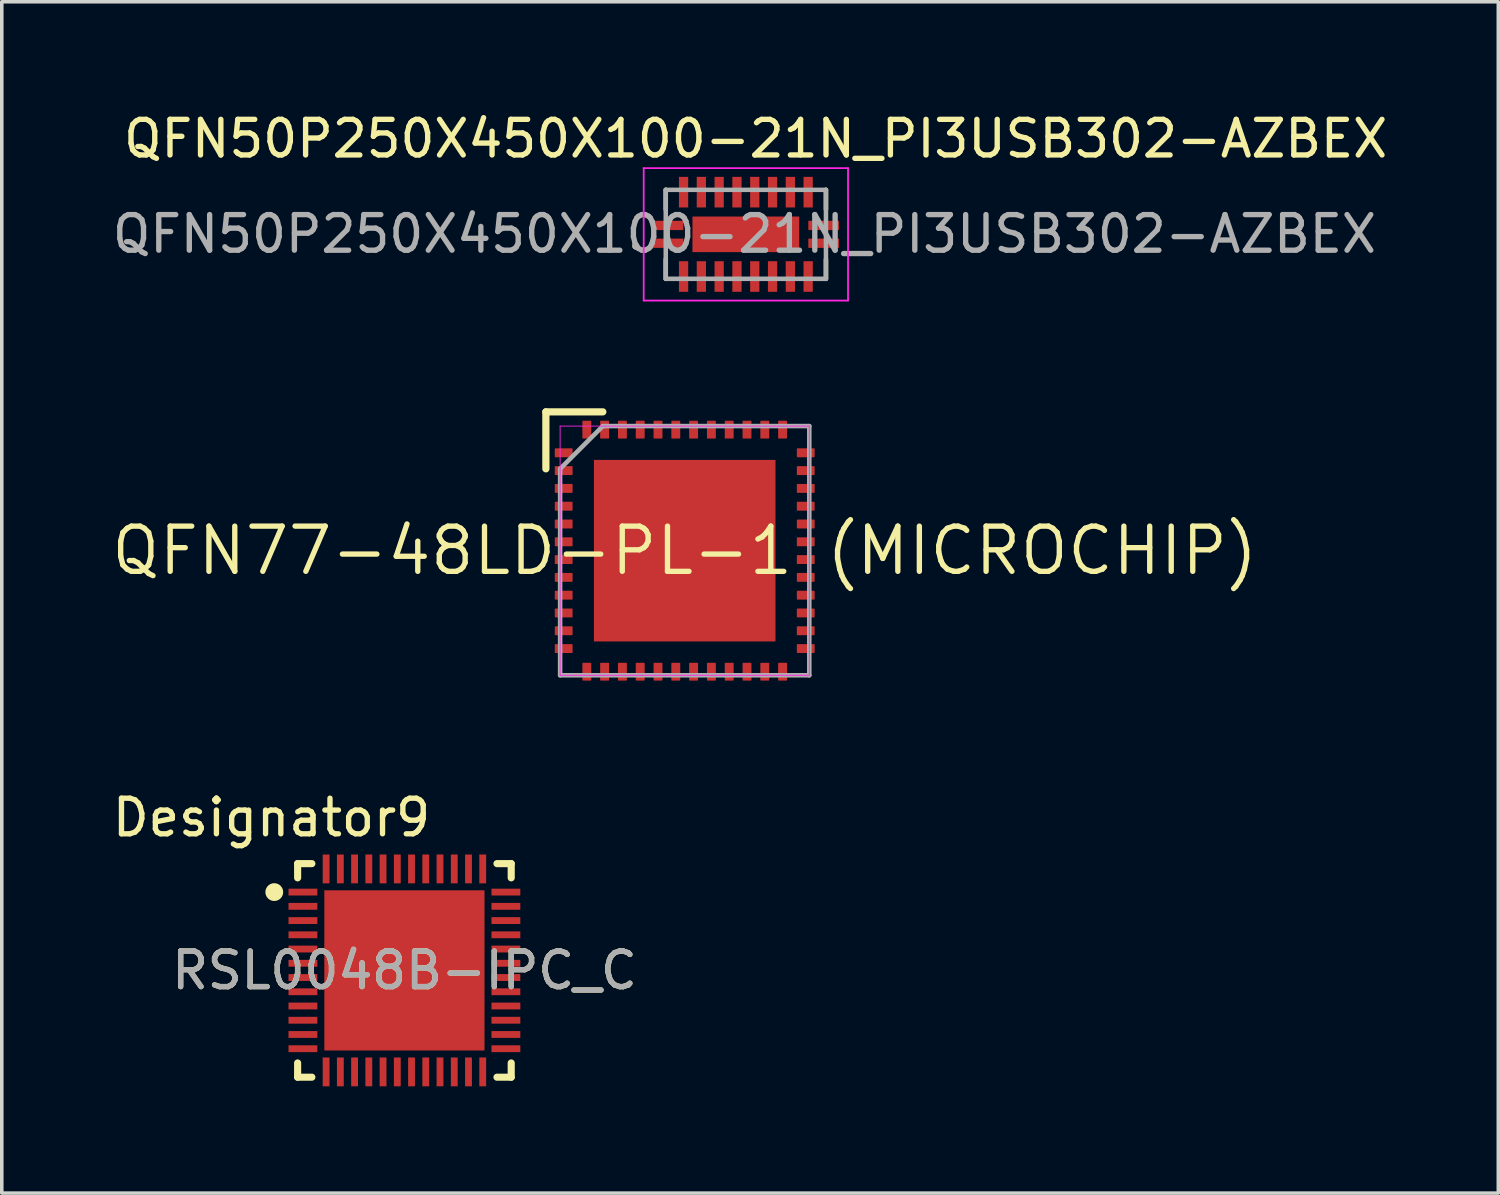
<source format=kicad_pcb>
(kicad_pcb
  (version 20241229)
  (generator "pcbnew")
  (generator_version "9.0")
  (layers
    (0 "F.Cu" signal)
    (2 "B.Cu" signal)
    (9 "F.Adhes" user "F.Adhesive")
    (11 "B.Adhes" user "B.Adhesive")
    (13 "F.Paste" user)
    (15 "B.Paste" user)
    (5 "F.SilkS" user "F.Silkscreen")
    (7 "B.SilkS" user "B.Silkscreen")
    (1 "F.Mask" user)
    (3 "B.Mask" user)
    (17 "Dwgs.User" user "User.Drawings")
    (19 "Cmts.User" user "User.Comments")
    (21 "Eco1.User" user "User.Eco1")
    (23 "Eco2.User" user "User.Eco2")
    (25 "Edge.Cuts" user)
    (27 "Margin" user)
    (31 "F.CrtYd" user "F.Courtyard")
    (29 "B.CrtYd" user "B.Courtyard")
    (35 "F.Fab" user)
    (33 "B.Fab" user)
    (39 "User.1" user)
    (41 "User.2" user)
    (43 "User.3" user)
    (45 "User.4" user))
  (footprint "RSL0048B-IPC_C"
    (layer "F.Cu")
    (at 8.311 24.211)
    (property "Reference" "RSL0048B-IPC_C" (at 0 0 0) (unlocked yes) (layer "F.SilkS") (effects (font (size 1 1) (thickness 0.15))))
    (attr smd)
    (fp_line (start -3 -3) (end -2.6 -3) (stroke (width 0.2) (type solid)) (layer "F.SilkS"))
    (fp_line (start -3 -2.6) (end -3 -3) (stroke (width 0.2) (type solid)) (layer "F.SilkS"))
    (fp_line (start -3 3) (end -3 2.6) (stroke (width 0.2) (type solid)) (layer "F.SilkS"))
    (fp_line (start -3 3) (end -2.6 3) (stroke (width 0.2) (type solid)) (layer "F.SilkS"))
    (fp_line (start 2.6 -3) (end 3 -3) (stroke (width 0.2) (type solid)) (layer "F.SilkS"))
    (fp_line (start 2.6 3) (end 3 3) (stroke (width 0.2) (type solid)) (layer "F.SilkS"))
    (fp_line (start 3 -2.6) (end 3 -3) (stroke (width 0.2) (type solid)) (layer "F.SilkS"))
    (fp_line (start 3 3) (end 3 2.6) (stroke (width 0.2) (type solid)) (layer "F.SilkS"))
    (fp_circle (center -3.656 -2.2) (end -3.531 -2.2) (stroke (width 0.25) (type solid)) (fill no) (layer "F.SilkS"))
    (fp_poly (pts (xy -1.699 -0.276) (xy -0.276 -0.276) (xy -0.276 -1.699) (xy -1.699 -1.699)) (stroke (width 0) (type solid)) (fill yes) (layer "F.Paste"))
    (fp_poly (pts (xy -1.699 1.699) (xy -0.276 1.699) (xy -0.276 0.276) (xy -1.699 0.276)) (stroke (width 0) (type solid)) (fill yes) (layer "F.Paste"))
    (fp_poly (pts (xy 0.276 -0.276) (xy 1.699 -0.276) (xy 1.699 -1.699) (xy 0.276 -1.699)) (stroke (width 0) (type solid)) (fill yes) (layer "F.Paste"))
    (fp_poly (pts (xy 0.276 1.699) (xy 1.699 1.699) (xy 1.699 0.276) (xy 0.276 0.276)) (stroke (width 0) (type solid)) (fill yes) (layer "F.Paste"))
    (fp_text user "Designator9" (at -3.734 -4.293 0) (unlocked yes) (layer "F.SilkS") (effects (font (size 1 1) (thickness 0.15))))
    (fp_text user "${REFERENCE}" (at 0 0 0) (unlocked yes) (layer "F.Fab") (effects (font (size 1 1) (thickness 0.15))))
    (pad "1" smd rect (at -2.851 -2.2 90) (size 0.192 0.81) (layers "F.Cu" "F.Mask" "F.Paste"))
    (pad "2" smd rect (at -2.851 -1.8 90) (size 0.192 0.81) (layers "F.Cu" "F.Mask" "F.Paste"))
    (pad "3" smd rect (at -2.851 -1.4 90) (size 0.192 0.81) (layers "F.Cu" "F.Mask" "F.Paste"))
    (pad "4" smd rect (at -2.851 -1 90) (size 0.192 0.81) (layers "F.Cu" "F.Mask" "F.Paste"))
    (pad "5" smd rect (at -2.851 -0.6 90) (size 0.192 0.81) (layers "F.Cu" "F.Mask" "F.Paste"))
    (pad "6" smd rect (at -2.851 -0.2 90) (size 0.192 0.81) (layers "F.Cu" "F.Mask" "F.Paste"))
    (pad "7" smd rect (at -2.851 0.2 90) (size 0.192 0.81) (layers "F.Cu" "F.Mask" "F.Paste"))
    (pad "8" smd rect (at -2.851 0.6 90) (size 0.192 0.81) (layers "F.Cu" "F.Mask" "F.Paste"))
    (pad "9" smd rect (at -2.851 1 90) (size 0.192 0.81) (layers "F.Cu" "F.Mask" "F.Paste"))
    (pad "10" smd rect (at -2.851 1.4 90) (size 0.192 0.81) (layers "F.Cu" "F.Mask" "F.Paste"))
    (pad "11" smd rect (at -2.851 1.8 90) (size 0.192 0.81) (layers "F.Cu" "F.Mask" "F.Paste"))
    (pad "12" smd rect (at -2.851 2.2 90) (size 0.192 0.81) (layers "F.Cu" "F.Mask" "F.Paste"))
    (pad "13" smd rect (at -2.2 2.851) (size 0.192 0.81) (layers "F.Cu" "F.Mask" "F.Paste"))
    (pad "14" smd rect (at -1.8 2.851) (size 0.192 0.81) (layers "F.Cu" "F.Mask" "F.Paste"))
    (pad "15" smd rect (at -1.4 2.851) (size 0.192 0.81) (layers "F.Cu" "F.Mask" "F.Paste"))
    (pad "16" smd rect (at -1 2.851) (size 0.192 0.81) (layers "F.Cu" "F.Mask" "F.Paste"))
    (pad "17" smd rect (at -0.6 2.851) (size 0.192 0.81) (layers "F.Cu" "F.Mask" "F.Paste"))
    (pad "18" smd rect (at -0.2 2.851) (size 0.192 0.81) (layers "F.Cu" "F.Mask" "F.Paste"))
    (pad "19" smd rect (at 0.2 2.851) (size 0.192 0.81) (layers "F.Cu" "F.Mask" "F.Paste"))
    (pad "20" smd rect (at 0.6 2.851) (size 0.192 0.81) (layers "F.Cu" "F.Mask" "F.Paste"))
    (pad "21" smd rect (at 1 2.851) (size 0.192 0.81) (layers "F.Cu" "F.Mask" "F.Paste"))
    (pad "22" smd rect (at 1.4 2.851) (size 0.192 0.81) (layers "F.Cu" "F.Mask" "F.Paste"))
    (pad "23" smd rect (at 1.8 2.851) (size 0.192 0.81) (layers "F.Cu" "F.Mask" "F.Paste"))
    (pad "24" smd rect (at 2.2 2.851) (size 0.192 0.81) (layers "F.Cu" "F.Mask" "F.Paste"))
    (pad "25" smd rect (at 2.851 2.2 90) (size 0.192 0.81) (layers "F.Cu" "F.Mask" "F.Paste"))
    (pad "26" smd rect (at 2.851 1.8 90) (size 0.192 0.81) (layers "F.Cu" "F.Mask" "F.Paste"))
    (pad "27" smd rect (at 2.851 1.4 90) (size 0.192 0.81) (layers "F.Cu" "F.Mask" "F.Paste"))
    (pad "28" smd rect (at 2.851 1 90) (size 0.192 0.81) (layers "F.Cu" "F.Mask" "F.Paste"))
    (pad "29" smd rect (at 2.851 0.6 90) (size 0.192 0.81) (layers "F.Cu" "F.Mask" "F.Paste"))
    (pad "30" smd rect (at 2.851 0.2 90) (size 0.192 0.81) (layers "F.Cu" "F.Mask" "F.Paste"))
    (pad "31" smd rect (at 2.851 -0.2 90) (size 0.192 0.81) (layers "F.Cu" "F.Mask" "F.Paste"))
    (pad "32" smd rect (at 2.851 -0.6 90) (size 0.192 0.81) (layers "F.Cu" "F.Mask" "F.Paste"))
    (pad "33" smd rect (at 2.851 -1 90) (size 0.192 0.81) (layers "F.Cu" "F.Mask" "F.Paste"))
    (pad "34" smd rect (at 2.851 -1.4 90) (size 0.192 0.81) (layers "F.Cu" "F.Mask" "F.Paste"))
    (pad "35" smd rect (at 2.851 -1.8 90) (size 0.192 0.81) (layers "F.Cu" "F.Mask" "F.Paste"))
    (pad "36" smd rect (at 2.851 -2.2 90) (size 0.192 0.81) (layers "F.Cu" "F.Mask" "F.Paste"))
    (pad "37" smd rect (at 2.2 -2.851) (size 0.192 0.81) (layers "F.Cu" "F.Mask" "F.Paste"))
    (pad "38" smd rect (at 1.8 -2.851) (size 0.192 0.81) (layers "F.Cu" "F.Mask" "F.Paste"))
    (pad "39" smd rect (at 1.4 -2.851) (size 0.192 0.81) (layers "F.Cu" "F.Mask" "F.Paste"))
    (pad "40" smd rect (at 1 -2.851) (size 0.192 0.81) (layers "F.Cu" "F.Mask" "F.Paste"))
    (pad "41" smd rect (at 0.6 -2.851) (size 0.192 0.81) (layers "F.Cu" "F.Mask" "F.Paste"))
    (pad "42" smd rect (at 0.2 -2.851) (size 0.192 0.81) (layers "F.Cu" "F.Mask" "F.Paste"))
    (pad "43" smd rect (at -0.2 -2.851) (size 0.192 0.81) (layers "F.Cu" "F.Mask" "F.Paste"))
    (pad "44" smd rect (at -0.6 -2.851) (size 0.192 0.81) (layers "F.Cu" "F.Mask" "F.Paste"))
    (pad "45" smd rect (at -1 -2.851) (size 0.192 0.81) (layers "F.Cu" "F.Mask" "F.Paste"))
    (pad "46" smd rect (at -1.4 -2.851) (size 0.192 0.81) (layers "F.Cu" "F.Mask" "F.Paste"))
    (pad "47" smd rect (at -1.8 -2.851) (size 0.192 0.81) (layers "F.Cu" "F.Mask" "F.Paste"))
    (pad "48" smd rect (at -2.2 -2.851) (size 0.192 0.81) (layers "F.Cu" "F.Mask" "F.Paste"))
    (pad "49" smd rect (at 0 0) (size 4.5 4.5) (layers "F.Cu" "F.Mask")))
  (footprint "QFN77-48LD-PL-1 (MICROCHIP)"
    (layer "F.Cu")
    (at 16.185 12.42)
    (property "Reference" "QFN77-48LD-PL-1 (MICROCHIP)" (at 0 0 0) (layer "F.SilkS") (effects (font (size 1.27 1.27) (thickness 0.15))))
    (fp_line (start -3.9 -3.9) (end -3.9 -2.3) (stroke (width 0.203) (type solid)) (layer "F.SilkS"))
    (fp_line (start -2.3 -3.9) (end -3.9 -3.9) (stroke (width 0.203) (type solid)) (layer "F.SilkS"))
    (fp_poly (pts (xy -0.75 -0.75) (xy -1.75 -0.75) (xy -1.75 -1.75) (xy -0.75 -1.75)) (stroke (width 0.01) (type solid)) (fill yes) (layer "F.Paste"))
    (fp_poly (pts (xy -0.75 0.5) (xy -1.75 0.5) (xy -1.75 -0.5) (xy -0.75 -0.5)) (stroke (width 0.01) (type solid)) (fill yes) (layer "F.Paste"))
    (fp_poly (pts (xy -0.75 1.75) (xy -1.75 1.75) (xy -1.75 0.75) (xy -0.75 0.75)) (stroke (width 0.01) (type solid)) (fill yes) (layer "F.Paste"))
    (fp_poly (pts (xy 0.5 -0.75) (xy -0.5 -0.75) (xy -0.5 -1.75) (xy 0.5 -1.75)) (stroke (width 0.01) (type solid)) (fill yes) (layer "F.Paste"))
    (fp_poly (pts (xy 0.5 0.5) (xy -0.5 0.5) (xy -0.5 -0.5) (xy 0.5 -0.5)) (stroke (width 0.01) (type solid)) (fill yes) (layer "F.Paste"))
    (fp_poly (pts (xy 0.5 1.75) (xy -0.5 1.75) (xy -0.5 0.75) (xy 0.5 0.75)) (stroke (width 0.01) (type solid)) (fill yes) (layer "F.Paste"))
    (fp_poly (pts (xy 1.75 -0.75) (xy 0.75 -0.75) (xy 0.75 -1.75) (xy 1.75 -1.75)) (stroke (width 0.01) (type solid)) (fill yes) (layer "F.Paste"))
    (fp_poly (pts (xy 1.75 0.5) (xy 0.75 0.5) (xy 0.75 -0.5) (xy 1.75 -0.5)) (stroke (width 0.01) (type solid)) (fill yes) (layer "F.Paste"))
    (fp_poly (pts (xy 1.75 1.75) (xy 0.75 1.75) (xy 0.75 0.75) (xy 1.75 0.75)) (stroke (width 0.01) (type solid)) (fill yes) (layer "F.Paste"))
    (fp_line (start -3.5 -3.5) (end -3.5 3.5) (stroke (width 0.025) (type solid)) (layer "F.CrtYd"))
    (fp_line (start -3.5 3.5) (end 3.5 3.5) (stroke (width 0.025) (type solid)) (layer "F.CrtYd"))
    (fp_line (start 3.5 -3.5) (end -3.5 -3.5) (stroke (width 0.025) (type solid)) (layer "F.CrtYd"))
    (fp_line (start 3.5 3.5) (end 3.5 -3.5) (stroke (width 0.025) (type solid)) (layer "F.CrtYd"))
    (fp_line (start -3.5 -2.3) (end -3.5 3.5) (stroke (width 0.127) (type solid)) (layer "F.Fab"))
    (fp_line (start -3.5 3.5) (end 3.5 3.5) (stroke (width 0.127) (type solid)) (layer "F.Fab"))
    (fp_line (start -2.3 -3.5) (end -3.5 -2.3) (stroke (width 0.127) (type solid)) (layer "F.Fab"))
    (fp_line (start 3.5 -3.5) (end -2.3 -3.5) (stroke (width 0.127) (type solid)) (layer "F.Fab"))
    (fp_line (start 3.5 3.5) (end 3.5 -3.5) (stroke (width 0.127) (type solid)) (layer "F.Fab"))
    (pad "1" smd roundrect (at -3.4 -2.75) (size 0.5 0.25) (layers "F.Cu" "F.Mask" "F.Paste") (roundrect_rratio 0.066))
    (pad "2" smd roundrect (at -3.4 -2.25) (size 0.5 0.25) (layers "F.Cu" "F.Mask" "F.Paste") (roundrect_rratio 0.066))
    (pad "3" smd roundrect (at -3.4 -1.75) (size 0.5 0.25) (layers "F.Cu" "F.Mask" "F.Paste") (roundrect_rratio 0.066))
    (pad "4" smd roundrect (at -3.4 -1.25) (size 0.5 0.25) (layers "F.Cu" "F.Mask" "F.Paste") (roundrect_rratio 0.066))
    (pad "5" smd roundrect (at -3.4 -0.75) (size 0.5 0.25) (layers "F.Cu" "F.Mask" "F.Paste") (roundrect_rratio 0.066))
    (pad "6" smd roundrect (at -3.4 -0.25) (size 0.5 0.25) (layers "F.Cu" "F.Mask" "F.Paste") (roundrect_rratio 0.066))
    (pad "7" smd roundrect (at -3.4 0.25) (size 0.5 0.25) (layers "F.Cu" "F.Mask" "F.Paste") (roundrect_rratio 0.066))
    (pad "8" smd roundrect (at -3.4 0.75) (size 0.5 0.25) (layers "F.Cu" "F.Mask" "F.Paste") (roundrect_rratio 0.066))
    (pad "9" smd roundrect (at -3.4 1.25) (size 0.5 0.25) (layers "F.Cu" "F.Mask" "F.Paste") (roundrect_rratio 0.066))
    (pad "10" smd roundrect (at -3.4 1.75) (size 0.5 0.25) (layers "F.Cu" "F.Mask" "F.Paste") (roundrect_rratio 0.066))
    (pad "11" smd roundrect (at -3.4 2.25) (size 0.5 0.25) (layers "F.Cu" "F.Mask" "F.Paste") (roundrect_rratio 0.066))
    (pad "12" smd roundrect (at -3.4 2.75) (size 0.5 0.25) (layers "F.Cu" "F.Mask" "F.Paste") (roundrect_rratio 0.066))
    (pad "13" smd roundrect (at -2.75 3.4 90) (size 0.5 0.25) (layers "F.Cu" "F.Mask" "F.Paste") (roundrect_rratio 0.066))
    (pad "14" smd roundrect (at -2.25 3.4 90) (size 0.5 0.25) (layers "F.Cu" "F.Mask" "F.Paste") (roundrect_rratio 0.066))
    (pad "15" smd roundrect (at -1.75 3.4 90) (size 0.5 0.25) (layers "F.Cu" "F.Mask" "F.Paste") (roundrect_rratio 0.066))
    (pad "16" smd roundrect (at -1.25 3.4 90) (size 0.5 0.25) (layers "F.Cu" "F.Mask" "F.Paste") (roundrect_rratio 0.066))
    (pad "17" smd roundrect (at -0.75 3.4 90) (size 0.5 0.25) (layers "F.Cu" "F.Mask" "F.Paste") (roundrect_rratio 0.066))
    (pad "18" smd roundrect (at -0.25 3.4 90) (size 0.5 0.25) (layers "F.Cu" "F.Mask" "F.Paste") (roundrect_rratio 0.066))
    (pad "19" smd roundrect (at 0.25 3.4 90) (size 0.5 0.25) (layers "F.Cu" "F.Mask" "F.Paste") (roundrect_rratio 0.066))
    (pad "20" smd roundrect (at 0.75 3.4 90) (size 0.5 0.25) (layers "F.Cu" "F.Mask" "F.Paste") (roundrect_rratio 0.066))
    (pad "21" smd roundrect (at 1.25 3.4 90) (size 0.5 0.25) (layers "F.Cu" "F.Mask" "F.Paste") (roundrect_rratio 0.066))
    (pad "22" smd roundrect (at 1.75 3.4 90) (size 0.5 0.25) (layers "F.Cu" "F.Mask" "F.Paste") (roundrect_rratio 0.066))
    (pad "23" smd roundrect (at 2.25 3.4 90) (size 0.5 0.25) (layers "F.Cu" "F.Mask" "F.Paste") (roundrect_rratio 0.066))
    (pad "24" smd roundrect (at 2.75 3.4 90) (size 0.5 0.25) (layers "F.Cu" "F.Mask" "F.Paste") (roundrect_rratio 0.066))
    (pad "25" smd roundrect (at 3.4 2.75) (size 0.5 0.25) (layers "F.Cu" "F.Mask" "F.Paste") (roundrect_rratio 0.066))
    (pad "26" smd roundrect (at 3.4 2.25) (size 0.5 0.25) (layers "F.Cu" "F.Mask" "F.Paste") (roundrect_rratio 0.066))
    (pad "27" smd roundrect (at 3.4 1.75) (size 0.5 0.25) (layers "F.Cu" "F.Mask" "F.Paste") (roundrect_rratio 0.066))
    (pad "28" smd roundrect (at 3.4 1.25) (size 0.5 0.25) (layers "F.Cu" "F.Mask" "F.Paste") (roundrect_rratio 0.066))
    (pad "29" smd roundrect (at 3.4 0.75) (size 0.5 0.25) (layers "F.Cu" "F.Mask" "F.Paste") (roundrect_rratio 0.066))
    (pad "30" smd roundrect (at 3.4 0.25) (size 0.5 0.25) (layers "F.Cu" "F.Mask" "F.Paste") (roundrect_rratio 0.066))
    (pad "31" smd roundrect (at 3.4 -0.25) (size 0.5 0.25) (layers "F.Cu" "F.Mask" "F.Paste") (roundrect_rratio 0.066))
    (pad "32" smd roundrect (at 3.4 -0.75) (size 0.5 0.25) (layers "F.Cu" "F.Mask" "F.Paste") (roundrect_rratio 0.066))
    (pad "33" smd roundrect (at 3.4 -1.25) (size 0.5 0.25) (layers "F.Cu" "F.Mask" "F.Paste") (roundrect_rratio 0.066))
    (pad "34" smd roundrect (at 3.4 -1.75) (size 0.5 0.25) (layers "F.Cu" "F.Mask" "F.Paste") (roundrect_rratio 0.066))
    (pad "35" smd roundrect (at 3.4 -2.25) (size 0.5 0.25) (layers "F.Cu" "F.Mask" "F.Paste") (roundrect_rratio 0.066))
    (pad "36" smd roundrect (at 3.4 -2.75) (size 0.5 0.25) (layers "F.Cu" "F.Mask" "F.Paste") (roundrect_rratio 0.066))
    (pad "37" smd roundrect (at 2.75 -3.4 90) (size 0.5 0.25) (layers "F.Cu" "F.Mask" "F.Paste") (roundrect_rratio 0.066))
    (pad "38" smd roundrect (at 2.25 -3.4 90) (size 0.5 0.25) (layers "F.Cu" "F.Mask" "F.Paste") (roundrect_rratio 0.066))
    (pad "39" smd roundrect (at 1.75 -3.4 90) (size 0.5 0.25) (layers "F.Cu" "F.Mask" "F.Paste") (roundrect_rratio 0.066))
    (pad "40" smd roundrect (at 1.25 -3.4 90) (size 0.5 0.25) (layers "F.Cu" "F.Mask" "F.Paste") (roundrect_rratio 0.066))
    (pad "41" smd roundrect (at 0.75 -3.4 90) (size 0.5 0.25) (layers "F.Cu" "F.Mask" "F.Paste") (roundrect_rratio 0.066))
    (pad "42" smd roundrect (at 0.25 -3.4 90) (size 0.5 0.25) (layers "F.Cu" "F.Mask" "F.Paste") (roundrect_rratio 0.066))
    (pad "43" smd roundrect (at -0.25 -3.4 90) (size 0.5 0.25) (layers "F.Cu" "F.Mask" "F.Paste") (roundrect_rratio 0.066))
    (pad "44" smd roundrect (at -0.75 -3.4 90) (size 0.5 0.25) (layers "F.Cu" "F.Mask" "F.Paste") (roundrect_rratio 0.066))
    (pad "45" smd roundrect (at -1.25 -3.4 90) (size 0.5 0.25) (layers "F.Cu" "F.Mask" "F.Paste") (roundrect_rratio 0.066))
    (pad "46" smd roundrect (at -1.75 -3.4 90) (size 0.5 0.25) (layers "F.Cu" "F.Mask" "F.Paste") (roundrect_rratio 0.066))
    (pad "47" smd roundrect (at -2.25 -3.4 90) (size 0.5 0.25) (layers "F.Cu" "F.Mask" "F.Paste") (roundrect_rratio 0.066))
    (pad "48" smd roundrect (at -2.75 -3.4 90) (size 0.5 0.25) (layers "F.Cu" "F.Mask" "F.Paste") (roundrect_rratio 0.066))
    (pad "49" smd rect (at 0 0) (size 5.1 5.1) (layers "F.Cu" "F.Mask")))
  (footprint "QFN50P250X450X100-21N_PI3USB302-AZBEX"
    (layer "F.Cu")
    (at 17.903 3.533)
    (property "Reference" "QFN50P250X450X100-21N_PI3USB302-AZBEX" (at 0.275 -2.685 0) (layer "F.SilkS") (effects (font (size 1 1) (thickness 0.15))))
    (attr smd)
    (fp_line (start -2.25 -1.25) (end -2.25 -0.7) (stroke (width 0.127) (type solid)) (layer "F.SilkS"))
    (fp_line (start -2.25 1.25) (end -2.25 0.7) (stroke (width 0.127) (type solid)) (layer "F.SilkS"))
    (fp_line (start 2.25 -0.7) (end 2.25 -1.25) (stroke (width 0.127) (type solid)) (layer "F.SilkS"))
    (fp_line (start 2.25 1.25) (end 2.25 0.7) (stroke (width 0.127) (type solid)) (layer "F.SilkS"))
    (fp_circle (center -3.09 0.33) (end -3.04 0.33) (stroke (width 0.1) (type solid)) (fill no) (layer "F.SilkS"))
    (fp_poly (pts (xy -1.36 -0.29) (xy -0.07 -0.29) (xy -0.07 0.29) (xy -1.36 0.29)) (stroke (width 0.01) (type solid)) (fill yes) (layer "F.Paste"))
    (fp_poly (pts (xy 0.07 -0.29) (xy 1.36 -0.29) (xy 1.36 0.29) (xy 0.07 0.29)) (stroke (width 0.01) (type solid)) (fill yes) (layer "F.Paste"))
    (fp_line (start -2.87 -1.86) (end 2.87 -1.86) (stroke (width 0.05) (type solid)) (layer "F.CrtYd"))
    (fp_line (start -2.87 1.86) (end -2.87 -1.86) (stroke (width 0.05) (type solid)) (layer "F.CrtYd"))
    (fp_line (start 2.87 -1.86) (end 2.87 1.86) (stroke (width 0.05) (type solid)) (layer "F.CrtYd"))
    (fp_line (start 2.87 1.86) (end -2.87 1.86) (stroke (width 0.05) (type solid)) (layer "F.CrtYd"))
    (fp_line (start -2.25 -1.25) (end 2.25 -1.25) (stroke (width 0.127) (type solid)) (layer "F.Fab"))
    (fp_line (start -2.25 1.25) (end -2.25 -1.25) (stroke (width 0.127) (type solid)) (layer "F.Fab"))
    (fp_line (start 2.25 -1.25) (end 2.25 1.25) (stroke (width 0.127) (type solid)) (layer "F.Fab"))
    (fp_line (start 2.25 1.25) (end -2.25 1.25) (stroke (width 0.127) (type solid)) (layer "F.Fab"))
    (fp_circle (center -3.09 0.33) (end -3.04 0.33) (stroke (width 0.1) (type solid)) (fill no) (layer "F.Fab"))
    (fp_text user "${REFERENCE}" (at -0.04 -0.01 0) (unlocked yes) (layer "F.Fab") (effects (font (size 1 1) (thickness 0.15))))
    (pad "1" smd roundrect (at -2.185 0.25 180) (size 0.86 0.26) (layers "F.Cu" "F.Mask" "F.Paste") (roundrect_rratio 0.02))
    (pad "2" smd roundrect (at -1.75 1.185 90) (size 0.86 0.26) (layers "F.Cu" "F.Mask" "F.Paste") (roundrect_rratio 0.02))
    (pad "3" smd roundrect (at -1.25 1.185 90) (size 0.86 0.26) (layers "F.Cu" "F.Mask" "F.Paste") (roundrect_rratio 0.02))
    (pad "4" smd roundrect (at -0.75 1.185 90) (size 0.86 0.26) (layers "F.Cu" "F.Mask" "F.Paste") (roundrect_rratio 0.02))
    (pad "5" smd roundrect (at -0.25 1.185 90) (size 0.86 0.26) (layers "F.Cu" "F.Mask" "F.Paste") (roundrect_rratio 0.02))
    (pad "6" smd roundrect (at 0.25 1.185 90) (size 0.86 0.26) (layers "F.Cu" "F.Mask" "F.Paste") (roundrect_rratio 0.02))
    (pad "7" smd roundrect (at 0.75 1.185 90) (size 0.86 0.26) (layers "F.Cu" "F.Mask" "F.Paste") (roundrect_rratio 0.02))
    (pad "8" smd roundrect (at 1.25 1.185 90) (size 0.86 0.26) (layers "F.Cu" "F.Mask" "F.Paste") (roundrect_rratio 0.02))
    (pad "9" smd roundrect (at 1.75 1.185 90) (size 0.86 0.26) (layers "F.Cu" "F.Mask" "F.Paste") (roundrect_rratio 0.02))
    (pad "10" smd roundrect (at 2.185 0.25 180) (size 0.86 0.26) (layers "F.Cu" "F.Mask" "F.Paste") (roundrect_rratio 0.02))
    (pad "11" smd roundrect (at 2.185 -0.25) (size 0.86 0.26) (layers "F.Cu" "F.Mask" "F.Paste") (roundrect_rratio 0.02))
    (pad "12" smd roundrect (at 1.75 -1.185 270) (size 0.86 0.26) (layers "F.Cu" "F.Mask" "F.Paste") (roundrect_rratio 0.02))
    (pad "13" smd roundrect (at 1.25 -1.185 270) (size 0.86 0.26) (layers "F.Cu" "F.Mask" "F.Paste") (roundrect_rratio 0.02))
    (pad "14" smd roundrect (at 0.75 -1.185 270) (size 0.86 0.26) (layers "F.Cu" "F.Mask" "F.Paste") (roundrect_rratio 0.02))
    (pad "15" smd roundrect (at 0.25 -1.185 270) (size 0.86 0.26) (layers "F.Cu" "F.Mask" "F.Paste") (roundrect_rratio 0.02))
    (pad "16" smd roundrect (at -0.25 -1.185 270) (size 0.86 0.26) (layers "F.Cu" "F.Mask" "F.Paste") (roundrect_rratio 0.02))
    (pad "17" smd roundrect (at -0.75 -1.185 270) (size 0.86 0.26) (layers "F.Cu" "F.Mask" "F.Paste") (roundrect_rratio 0.02))
    (pad "18" smd roundrect (at -1.25 -1.185 270) (size 0.86 0.26) (layers "F.Cu" "F.Mask" "F.Paste") (roundrect_rratio 0.02))
    (pad "19" smd roundrect (at -1.75 -1.185 270) (size 0.86 0.26) (layers "F.Cu" "F.Mask" "F.Paste") (roundrect_rratio 0.02))
    (pad "20" smd roundrect (at -2.185 -0.25) (size 0.86 0.26) (layers "F.Cu" "F.Mask" "F.Paste") (roundrect_rratio 0.02))
    (pad "21" smd rect (at 0 0) (size 3 1) (layers "F.Cu" "F.Mask")))
  (gr_rect
    (start -3 -3)
    (end 39.041 30.467)
    (stroke (width 0.1) (type default))
    (fill no)
    (layer "Edge.Cuts")))
</source>
